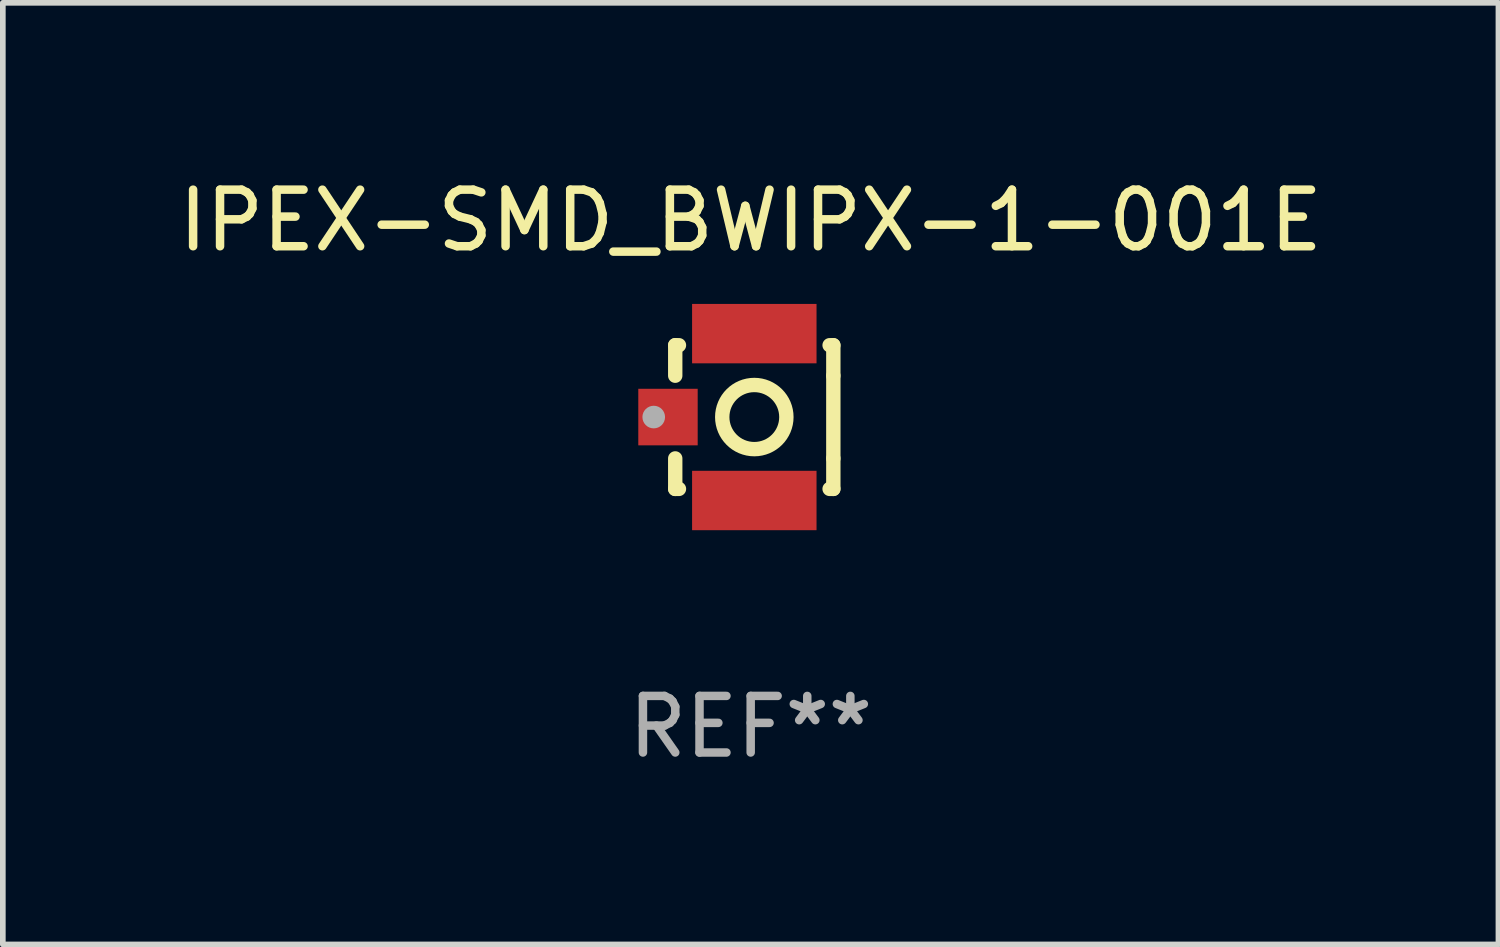
<source format=kicad_pcb>
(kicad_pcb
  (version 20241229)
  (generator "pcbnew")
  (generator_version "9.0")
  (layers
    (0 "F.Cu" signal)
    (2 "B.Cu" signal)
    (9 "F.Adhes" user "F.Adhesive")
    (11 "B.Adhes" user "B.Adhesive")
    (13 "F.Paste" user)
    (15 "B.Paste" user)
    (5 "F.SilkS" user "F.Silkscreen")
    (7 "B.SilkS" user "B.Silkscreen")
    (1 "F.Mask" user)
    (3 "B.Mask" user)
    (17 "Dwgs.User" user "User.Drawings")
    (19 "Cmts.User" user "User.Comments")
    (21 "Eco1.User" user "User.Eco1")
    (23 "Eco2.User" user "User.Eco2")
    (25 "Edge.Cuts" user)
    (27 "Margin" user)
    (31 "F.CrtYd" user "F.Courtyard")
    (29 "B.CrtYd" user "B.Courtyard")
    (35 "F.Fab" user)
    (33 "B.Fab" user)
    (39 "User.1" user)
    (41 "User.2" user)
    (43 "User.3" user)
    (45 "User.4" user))
  (footprint "IPEX-SMD_BWIPX-1-001E"
    (layer "F.Cu")
    (at 9.522 4.323)
    (property "Reference" "IPEX-SMD_BWIPX-1-001E" (at 0.699 -3.475 0) (layer "F.SilkS") (effects (font (size 1 1) (thickness 0.15))))
    (attr smd)
    (fp_line (start -0.635 -1.27) (end -0.635 -0.731) (stroke (width 0.254) (type solid)) (layer "F.SilkS"))
    (fp_line (start -0.635 0.731) (end -0.635 1.27) (stroke (width 0.254) (type solid)) (layer "F.SilkS"))
    (fp_line (start -0.635 1.27) (end -0.569 1.27) (stroke (width 0.254) (type solid)) (layer "F.SilkS"))
    (fp_line (start -0.569 -1.27) (end -0.635 -1.27) (stroke (width 0.254) (type solid)) (layer "F.SilkS"))
    (fp_line (start 2.094 1.27) (end 2.16 1.27) (stroke (width 0.254) (type solid)) (layer "F.SilkS"))
    (fp_line (start 2.16 -1.27) (end 2.094 -1.27) (stroke (width 0.254) (type solid)) (layer "F.SilkS"))
    (fp_line (start 2.16 -0.731) (end 2.16 -1.27) (stroke (width 0.254) (type solid)) (layer "F.SilkS"))
    (fp_line (start 2.16 -0.731) (end 2.16 0.731) (stroke (width 0.254) (type solid)) (layer "F.SilkS"))
    (fp_line (start 2.16 1.27) (end 2.16 0.731) (stroke (width 0.254) (type solid)) (layer "F.SilkS"))
    (fp_circle (center 0.763 0) (end 1.33 0) (stroke (width 0.254) (type solid)) (fill no) (layer "F.SilkS"))
    (fp_circle (center -1.015 0) (end -0.915 0) (stroke (width 0.2) (type solid)) (fill no) (layer "F.Fab"))
    (fp_text user "REF**" (at 0.699 5.475 0) (layer "F.Fab") (effects (font (size 1 1) (thickness 0.15))))
    (pad "1" smd rect (at -0.763 0 180) (size 1.05 1) (layers "F.Cu" "F.Mask" "F.Paste"))
    (pad "2" smd rect (at 0.763 1.475 180) (size 2.2 1.05) (layers "F.Cu" "F.Mask" "F.Paste"))
    (pad "3" smd rect (at 0.763 -1.475 180) (size 2.2 1.05) (layers "F.Cu" "F.Mask" "F.Paste")))
  (gr_rect
    (start -3 -3)
    (end 23.44 13.646)
    (stroke (width 0.1) (type default))
    (fill no)
    (layer "Edge.Cuts")))
</source>
